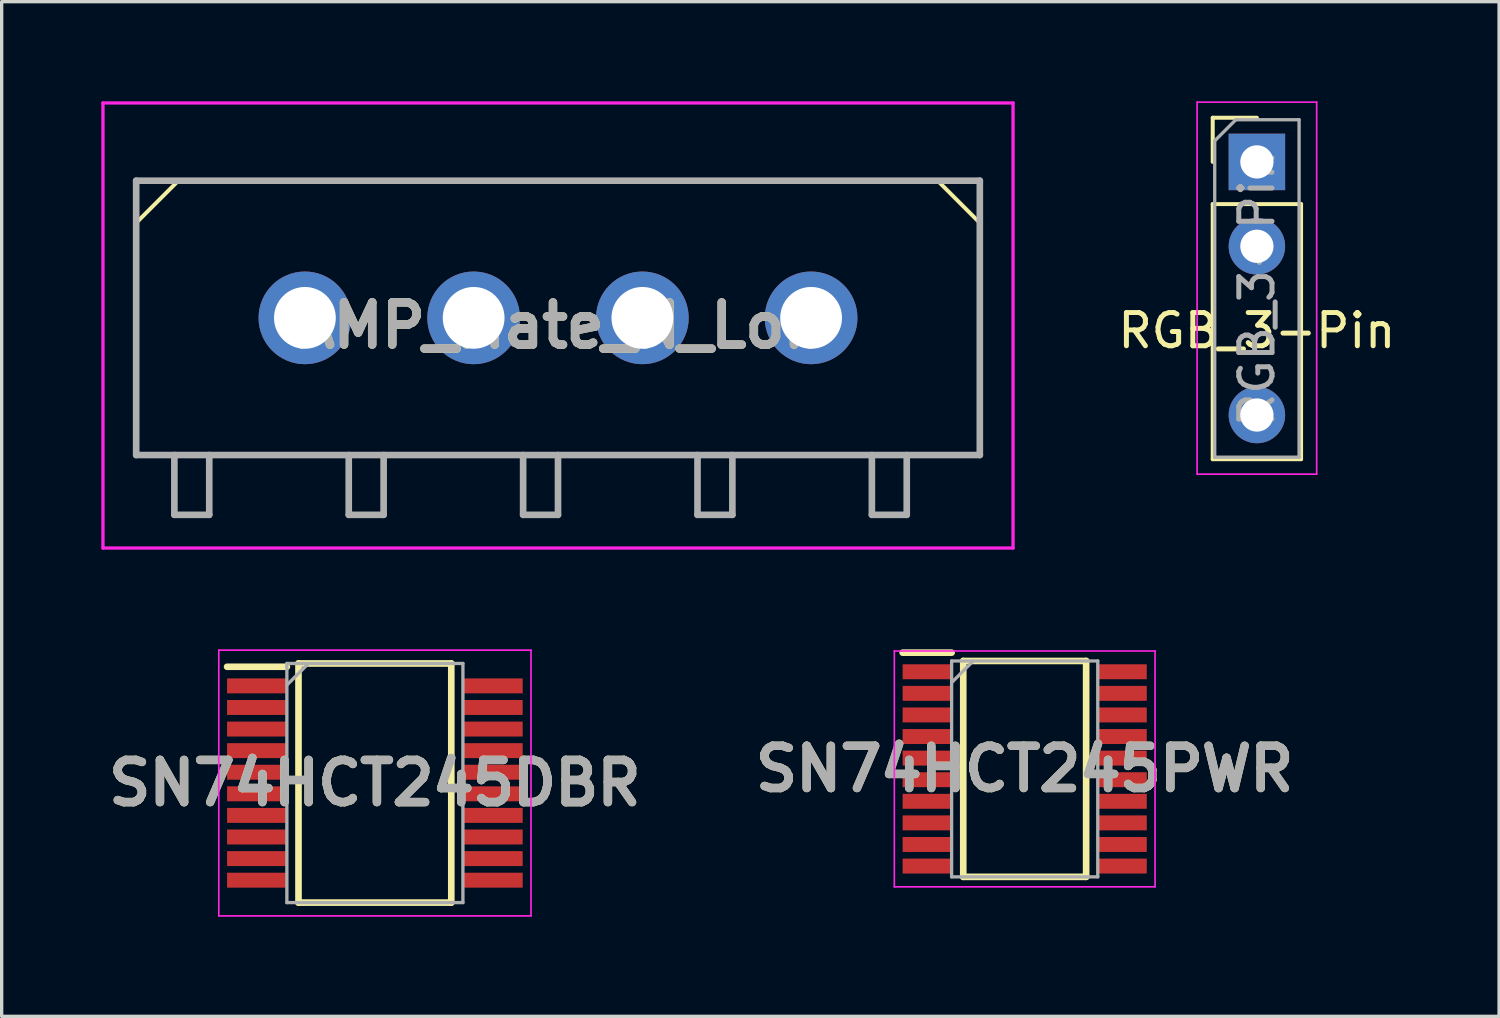
<source format=kicad_pcb>
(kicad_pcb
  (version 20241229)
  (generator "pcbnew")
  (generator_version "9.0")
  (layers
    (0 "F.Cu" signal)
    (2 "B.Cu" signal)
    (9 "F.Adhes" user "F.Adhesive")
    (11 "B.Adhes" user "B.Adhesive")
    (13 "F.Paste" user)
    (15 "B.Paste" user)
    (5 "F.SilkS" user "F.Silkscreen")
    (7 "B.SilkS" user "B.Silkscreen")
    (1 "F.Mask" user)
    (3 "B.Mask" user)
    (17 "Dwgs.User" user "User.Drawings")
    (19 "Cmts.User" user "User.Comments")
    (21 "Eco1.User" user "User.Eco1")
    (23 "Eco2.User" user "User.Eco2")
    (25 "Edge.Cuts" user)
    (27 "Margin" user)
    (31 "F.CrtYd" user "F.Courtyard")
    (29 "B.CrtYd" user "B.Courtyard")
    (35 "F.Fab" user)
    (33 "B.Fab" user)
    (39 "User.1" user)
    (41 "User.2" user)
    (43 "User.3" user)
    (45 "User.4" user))
  (footprint "SN74HCT245DBR"
    (layer "F.Cu")
    (at 8.237 20.525)
    (property "Reference" "SN74HCT245DBR" (at 0 0 0) (layer "F.SilkS") (effects (font (size 1.27 1.27) (thickness 0.254))))
    (attr smd)
    (fp_line (start -4.45 -3.5) (end -2.65 -3.5) (stroke (width 0.2) (type solid)) (layer "F.SilkS"))
    (fp_line (start -2.3 -3.6) (end 2.3 -3.6) (stroke (width 0.2) (type solid)) (layer "F.SilkS"))
    (fp_line (start -2.3 3.6) (end -2.3 -3.6) (stroke (width 0.2) (type solid)) (layer "F.SilkS"))
    (fp_line (start 2.3 -3.6) (end 2.3 3.6) (stroke (width 0.2) (type solid)) (layer "F.SilkS"))
    (fp_line (start 2.3 3.6) (end -2.3 3.6) (stroke (width 0.2) (type solid)) (layer "F.SilkS"))
    (fp_line (start -4.7 -4) (end 4.7 -4) (stroke (width 0.05) (type solid)) (layer "F.CrtYd"))
    (fp_line (start -4.7 4) (end -4.7 -4) (stroke (width 0.05) (type solid)) (layer "F.CrtYd"))
    (fp_line (start 4.7 -4) (end 4.7 4) (stroke (width 0.05) (type solid)) (layer "F.CrtYd"))
    (fp_line (start 4.7 4) (end -4.7 4) (stroke (width 0.05) (type solid)) (layer "F.CrtYd"))
    (fp_line (start -2.65 -3.6) (end 2.65 -3.6) (stroke (width 0.1) (type solid)) (layer "F.Fab"))
    (fp_line (start -2.65 -2.95) (end -2 -3.6) (stroke (width 0.1) (type solid)) (layer "F.Fab"))
    (fp_line (start -2.65 3.6) (end -2.65 -3.6) (stroke (width 0.1) (type solid)) (layer "F.Fab"))
    (fp_line (start 2.65 -3.6) (end 2.65 3.6) (stroke (width 0.1) (type solid)) (layer "F.Fab"))
    (fp_line (start 2.65 3.6) (end -2.65 3.6) (stroke (width 0.1) (type solid)) (layer "F.Fab"))
    (fp_text user "${REFERENCE}" (at 0 0 0) (layer "F.Fab") (effects (font (size 1.27 1.27) (thickness 0.254))))
    (pad "1" smd rect (at -3.55 -2.925 90) (size 0.45 1.8) (layers "F.Cu" "F.Mask" "F.Paste"))
    (pad "2" smd rect (at -3.55 -2.275 90) (size 0.45 1.8) (layers "F.Cu" "F.Mask" "F.Paste"))
    (pad "3" smd rect (at -3.55 -1.625 90) (size 0.45 1.8) (layers "F.Cu" "F.Mask" "F.Paste"))
    (pad "4" smd rect (at -3.55 -0.975 90) (size 0.45 1.8) (layers "F.Cu" "F.Mask" "F.Paste"))
    (pad "5" smd rect (at -3.55 -0.325 90) (size 0.45 1.8) (layers "F.Cu" "F.Mask" "F.Paste"))
    (pad "6" smd rect (at -3.55 0.325 90) (size 0.45 1.8) (layers "F.Cu" "F.Mask" "F.Paste"))
    (pad "7" smd rect (at -3.55 0.975 90) (size 0.45 1.8) (layers "F.Cu" "F.Mask" "F.Paste"))
    (pad "8" smd rect (at -3.55 1.625 90) (size 0.45 1.8) (layers "F.Cu" "F.Mask" "F.Paste"))
    (pad "9" smd rect (at -3.55 2.275 90) (size 0.45 1.8) (layers "F.Cu" "F.Mask" "F.Paste"))
    (pad "10" smd rect (at -3.55 2.925 90) (size 0.45 1.8) (layers "F.Cu" "F.Mask" "F.Paste"))
    (pad "11" smd rect (at 3.55 2.925 90) (size 0.45 1.8) (layers "F.Cu" "F.Mask" "F.Paste"))
    (pad "12" smd rect (at 3.55 2.275 90) (size 0.45 1.8) (layers "F.Cu" "F.Mask" "F.Paste"))
    (pad "13" smd rect (at 3.55 1.625 90) (size 0.45 1.8) (layers "F.Cu" "F.Mask" "F.Paste"))
    (pad "14" smd rect (at 3.55 0.975 90) (size 0.45 1.8) (layers "F.Cu" "F.Mask" "F.Paste"))
    (pad "15" smd rect (at 3.55 0.325 90) (size 0.45 1.8) (layers "F.Cu" "F.Mask" "F.Paste"))
    (pad "16" smd rect (at 3.55 -0.325 90) (size 0.45 1.8) (layers "F.Cu" "F.Mask" "F.Paste"))
    (pad "17" smd rect (at 3.55 -0.975 90) (size 0.45 1.8) (layers "F.Cu" "F.Mask" "F.Paste"))
    (pad "18" smd rect (at 3.55 -1.625 90) (size 0.45 1.8) (layers "F.Cu" "F.Mask" "F.Paste"))
    (pad "19" smd rect (at 3.55 -2.275 90) (size 0.45 1.8) (layers "F.Cu" "F.Mask" "F.Paste"))
    (pad "20" smd rect (at 3.55 -2.925 90) (size 0.45 1.8) (layers "F.Cu" "F.Mask" "F.Paste")))
  (footprint "AMP_Mate_N_Lok"
    (layer "F.Cu")
    (at 21.37 6.52)
    (property "Reference" "AMP_Mate_N_Lok" (at -7.62 0.23 0) (layer "F.SilkS") (effects (font (size 1.27 1.27) (thickness 0.254))))
    (attr through_hole)
    (fp_line (start -20.32 -4.13) (end 5.08 -4.13) (stroke (width 0.1) (type solid)) (layer "F.SilkS"))
    (fp_line (start -20.32 -2.86) (end -19.05 -4.13) (stroke (width 0.12) (type solid)) (layer "F.SilkS"))
    (fp_line (start -20.32 4.13) (end -20.32 -4.13) (stroke (width 0.1) (type solid)) (layer "F.SilkS"))
    (fp_line (start 5.08 -4.13) (end 5.08 4.13) (stroke (width 0.1) (type solid)) (layer "F.SilkS"))
    (fp_line (start 5.08 -2.86) (end 3.81 -4.13) (stroke (width 0.12) (type solid)) (layer "F.SilkS"))
    (fp_line (start 5.08 4.13) (end -20.32 4.13) (stroke (width 0.1) (type solid)) (layer "F.SilkS"))
    (fp_line (start -21.32 -6.47) (end 6.08 -6.47) (stroke (width 0.1) (type solid)) (layer "F.CrtYd"))
    (fp_line (start -21.32 6.93) (end -21.32 -6.47) (stroke (width 0.1) (type solid)) (layer "F.CrtYd"))
    (fp_line (start 6.08 -6.47) (end 6.08 6.93) (stroke (width 0.1) (type solid)) (layer "F.CrtYd"))
    (fp_line (start 6.08 6.93) (end -21.32 6.93) (stroke (width 0.1) (type solid)) (layer "F.CrtYd"))
    (fp_line (start -20.32 -4.13) (end 5.08 -4.13) (stroke (width 0.2) (type solid)) (layer "F.Fab"))
    (fp_line (start -20.32 4.13) (end -20.32 -4.13) (stroke (width 0.2) (type solid)) (layer "F.Fab"))
    (fp_line (start -19.17 4.13) (end -19.17 5.93) (stroke (width 0.2) (type solid)) (layer "F.Fab"))
    (fp_line (start -19.17 5.93) (end -18.12 5.93) (stroke (width 0.2) (type solid)) (layer "F.Fab"))
    (fp_line (start -18.12 5.93) (end -18.12 4.13) (stroke (width 0.2) (type solid)) (layer "F.Fab"))
    (fp_line (start -13.92 4.13) (end -13.92 5.93) (stroke (width 0.2) (type solid)) (layer "F.Fab"))
    (fp_line (start -13.92 5.93) (end -12.87 5.93) (stroke (width 0.2) (type solid)) (layer "F.Fab"))
    (fp_line (start -12.87 5.93) (end -12.87 4.13) (stroke (width 0.2) (type solid)) (layer "F.Fab"))
    (fp_line (start -8.67 4.13) (end -8.67 5.93) (stroke (width 0.2) (type solid)) (layer "F.Fab"))
    (fp_line (start -8.67 5.93) (end -7.62 5.93) (stroke (width 0.2) (type solid)) (layer "F.Fab"))
    (fp_line (start -7.62 5.93) (end -7.62 4.13) (stroke (width 0.2) (type solid)) (layer "F.Fab"))
    (fp_line (start -3.42 4.13) (end -3.42 5.93) (stroke (width 0.2) (type solid)) (layer "F.Fab"))
    (fp_line (start -3.42 5.93) (end -2.37 5.93) (stroke (width 0.2) (type solid)) (layer "F.Fab"))
    (fp_line (start -2.37 5.93) (end -2.37 4.13) (stroke (width 0.2) (type solid)) (layer "F.Fab"))
    (fp_line (start 1.83 4.13) (end 1.83 5.93) (stroke (width 0.2) (type solid)) (layer "F.Fab"))
    (fp_line (start 1.83 5.93) (end 2.88 5.93) (stroke (width 0.2) (type solid)) (layer "F.Fab"))
    (fp_line (start 2.88 5.93) (end 2.88 4.13) (stroke (width 0.2) (type solid)) (layer "F.Fab"))
    (fp_line (start 5.08 -4.13) (end 5.08 4.13) (stroke (width 0.2) (type solid)) (layer "F.Fab"))
    (fp_line (start 5.08 4.13) (end -20.32 4.13) (stroke (width 0.2) (type solid)) (layer "F.Fab"))
    (fp_text user "${REFERENCE}" (at -7.62 0.23 0) (layer "F.Fab") (effects (font (size 1.27 1.27) (thickness 0.254))))
    (pad "1" thru_hole circle (at 0 0) (size 2.79 2.79) (drill 1.86) (layers "*.Cu" "*.Mask"))
    (pad "2" thru_hole circle (at -5.08 0) (size 2.79 2.79) (drill 1.86) (layers "*.Cu" "*.Mask"))
    (pad "3" thru_hole circle (at -10.16 0) (size 2.79 2.79) (drill 1.86) (layers "*.Cu" "*.Mask"))
    (pad "4" thru_hole circle (at -15.24 0) (size 2.79 2.79) (drill 1.86) (layers "*.Cu" "*.Mask")))
  (footprint "SN74HCT245PWR"
    (layer "F.Cu")
    (at 27.801 20.1)
    (property "Reference" "SN74HCT245PWR" (at 0 0 0) (layer "F.SilkS") (effects (font (size 1.27 1.27) (thickness 0.254))))
    (attr smd)
    (fp_line (start -3.675 -3.5) (end -2.2 -3.5) (stroke (width 0.2) (type solid)) (layer "F.SilkS"))
    (fp_line (start -1.85 -3.25) (end 1.85 -3.25) (stroke (width 0.2) (type solid)) (layer "F.SilkS"))
    (fp_line (start -1.85 3.25) (end -1.85 -3.25) (stroke (width 0.2) (type solid)) (layer "F.SilkS"))
    (fp_line (start 1.85 -3.25) (end 1.85 3.25) (stroke (width 0.2) (type solid)) (layer "F.SilkS"))
    (fp_line (start 1.85 3.25) (end -1.85 3.25) (stroke (width 0.2) (type solid)) (layer "F.SilkS"))
    (fp_line (start -3.925 -3.55) (end 3.925 -3.55) (stroke (width 0.05) (type solid)) (layer "F.CrtYd"))
    (fp_line (start -3.925 3.55) (end -3.925 -3.55) (stroke (width 0.05) (type solid)) (layer "F.CrtYd"))
    (fp_line (start 3.925 -3.55) (end 3.925 3.55) (stroke (width 0.05) (type solid)) (layer "F.CrtYd"))
    (fp_line (start 3.925 3.55) (end -3.925 3.55) (stroke (width 0.05) (type solid)) (layer "F.CrtYd"))
    (fp_line (start -2.2 -3.25) (end 2.2 -3.25) (stroke (width 0.1) (type solid)) (layer "F.Fab"))
    (fp_line (start -2.2 -2.6) (end -1.55 -3.25) (stroke (width 0.1) (type solid)) (layer "F.Fab"))
    (fp_line (start -2.2 3.25) (end -2.2 -3.25) (stroke (width 0.1) (type solid)) (layer "F.Fab"))
    (fp_line (start 2.2 -3.25) (end 2.2 3.25) (stroke (width 0.1) (type solid)) (layer "F.Fab"))
    (fp_line (start 2.2 3.25) (end -2.2 3.25) (stroke (width 0.1) (type solid)) (layer "F.Fab"))
    (fp_text user "${REFERENCE}" (at 0 0 0) (layer "F.Fab") (effects (font (size 1.27 1.27) (thickness 0.254))))
    (pad "1" smd rect (at -2.938 -2.925 90) (size 0.45 1.475) (layers "F.Cu" "F.Mask" "F.Paste"))
    (pad "2" smd rect (at -2.938 -2.275 90) (size 0.45 1.475) (layers "F.Cu" "F.Mask" "F.Paste"))
    (pad "3" smd rect (at -2.938 -1.625 90) (size 0.45 1.475) (layers "F.Cu" "F.Mask" "F.Paste"))
    (pad "4" smd rect (at -2.938 -0.975 90) (size 0.45 1.475) (layers "F.Cu" "F.Mask" "F.Paste"))
    (pad "5" smd rect (at -2.938 -0.325 90) (size 0.45 1.475) (layers "F.Cu" "F.Mask" "F.Paste"))
    (pad "6" smd rect (at -2.938 0.325 90) (size 0.45 1.475) (layers "F.Cu" "F.Mask" "F.Paste"))
    (pad "7" smd rect (at -2.938 0.975 90) (size 0.45 1.475) (layers "F.Cu" "F.Mask" "F.Paste"))
    (pad "8" smd rect (at -2.938 1.625 90) (size 0.45 1.475) (layers "F.Cu" "F.Mask" "F.Paste"))
    (pad "9" smd rect (at -2.938 2.275 90) (size 0.45 1.475) (layers "F.Cu" "F.Mask" "F.Paste"))
    (pad "10" smd rect (at -2.938 2.925 90) (size 0.45 1.475) (layers "F.Cu" "F.Mask" "F.Paste"))
    (pad "11" smd rect (at 2.938 2.925 90) (size 0.45 1.475) (layers "F.Cu" "F.Mask" "F.Paste"))
    (pad "12" smd rect (at 2.938 2.275 90) (size 0.45 1.475) (layers "F.Cu" "F.Mask" "F.Paste"))
    (pad "13" smd rect (at 2.938 1.625 90) (size 0.45 1.475) (layers "F.Cu" "F.Mask" "F.Paste"))
    (pad "14" smd rect (at 2.938 0.975 90) (size 0.45 1.475) (layers "F.Cu" "F.Mask" "F.Paste"))
    (pad "15" smd rect (at 2.938 0.325 90) (size 0.45 1.475) (layers "F.Cu" "F.Mask" "F.Paste"))
    (pad "16" smd rect (at 2.938 -0.325 90) (size 0.45 1.475) (layers "F.Cu" "F.Mask" "F.Paste"))
    (pad "17" smd rect (at 2.938 -0.975 90) (size 0.45 1.475) (layers "F.Cu" "F.Mask" "F.Paste"))
    (pad "18" smd rect (at 2.938 -1.625 90) (size 0.45 1.475) (layers "F.Cu" "F.Mask" "F.Paste"))
    (pad "19" smd rect (at 2.938 -2.275 90) (size 0.45 1.475) (layers "F.Cu" "F.Mask" "F.Paste"))
    (pad "20" smd rect (at 2.938 -2.925 90) (size 0.45 1.475) (layers "F.Cu" "F.Mask" "F.Paste")))
  (footprint "RGB_3-Pin"
    (layer "F.Cu")
    (at 34.792 1.825)
    (property "Reference" "RGB_3-Pin" (at 0 5.08 0) (layer "F.SilkS") (effects (font (size 1 1) (thickness 0.15))))
    (attr through_hole)
    (fp_line (start -1.33 -1.33) (end 0 -1.33) (stroke (width 0.12) (type solid)) (layer "F.SilkS"))
    (fp_line (start -1.33 0) (end -1.33 -1.33) (stroke (width 0.12) (type solid)) (layer "F.SilkS"))
    (fp_line (start -1.33 1.27) (end -1.33 8.95) (stroke (width 0.12) (type solid)) (layer "F.SilkS"))
    (fp_line (start -1.33 1.27) (end 1.33 1.27) (stroke (width 0.12) (type solid)) (layer "F.SilkS"))
    (fp_line (start -1.33 8.95) (end 1.33 8.95) (stroke (width 0.12) (type solid)) (layer "F.SilkS"))
    (fp_line (start 1.33 1.27) (end 1.33 8.95) (stroke (width 0.12) (type solid)) (layer "F.SilkS"))
    (fp_line (start -1.8 -1.8) (end -1.8 9.4) (stroke (width 0.05) (type solid)) (layer "F.CrtYd"))
    (fp_line (start -1.8 9.4) (end 1.8 9.4) (stroke (width 0.05) (type solid)) (layer "F.CrtYd"))
    (fp_line (start 1.8 -1.8) (end -1.8 -1.8) (stroke (width 0.05) (type solid)) (layer "F.CrtYd"))
    (fp_line (start 1.8 9.4) (end 1.8 -1.8) (stroke (width 0.05) (type solid)) (layer "F.CrtYd"))
    (fp_line (start -1.27 -0.635) (end -0.635 -1.27) (stroke (width 0.1) (type solid)) (layer "F.Fab"))
    (fp_line (start -1.27 8.89) (end -1.27 -0.635) (stroke (width 0.1) (type solid)) (layer "F.Fab"))
    (fp_line (start -0.635 -1.27) (end 1.27 -1.27) (stroke (width 0.1) (type solid)) (layer "F.Fab"))
    (fp_line (start 1.27 -1.27) (end 1.27 8.89) (stroke (width 0.1) (type solid)) (layer "F.Fab"))
    (fp_line (start 1.27 8.89) (end -1.27 8.89) (stroke (width 0.1) (type solid)) (layer "F.Fab"))
    (fp_text user "${REFERENCE}" (at 0 3.81 90) (layer "F.Fab") (effects (font (size 1 1) (thickness 0.15))))
    (pad "1" thru_hole rect (at 0 0) (size 1.7 1.7) (drill 1) (layers "*.Cu" "*.Mask"))
    (pad "2" thru_hole oval (at 0 2.54) (size 1.7 1.7) (drill 1) (layers "*.Cu" "*.Mask"))
    (pad "3" thru_hole oval (at 0 7.62) (size 1.7 1.7) (drill 1) (layers "*.Cu" "*.Mask")))
  (gr_rect
    (start -3 -3)
    (end 42.083 27.55)
    (stroke (width 0.1) (type default))
    (fill no)
    (layer "Edge.Cuts")))
</source>
